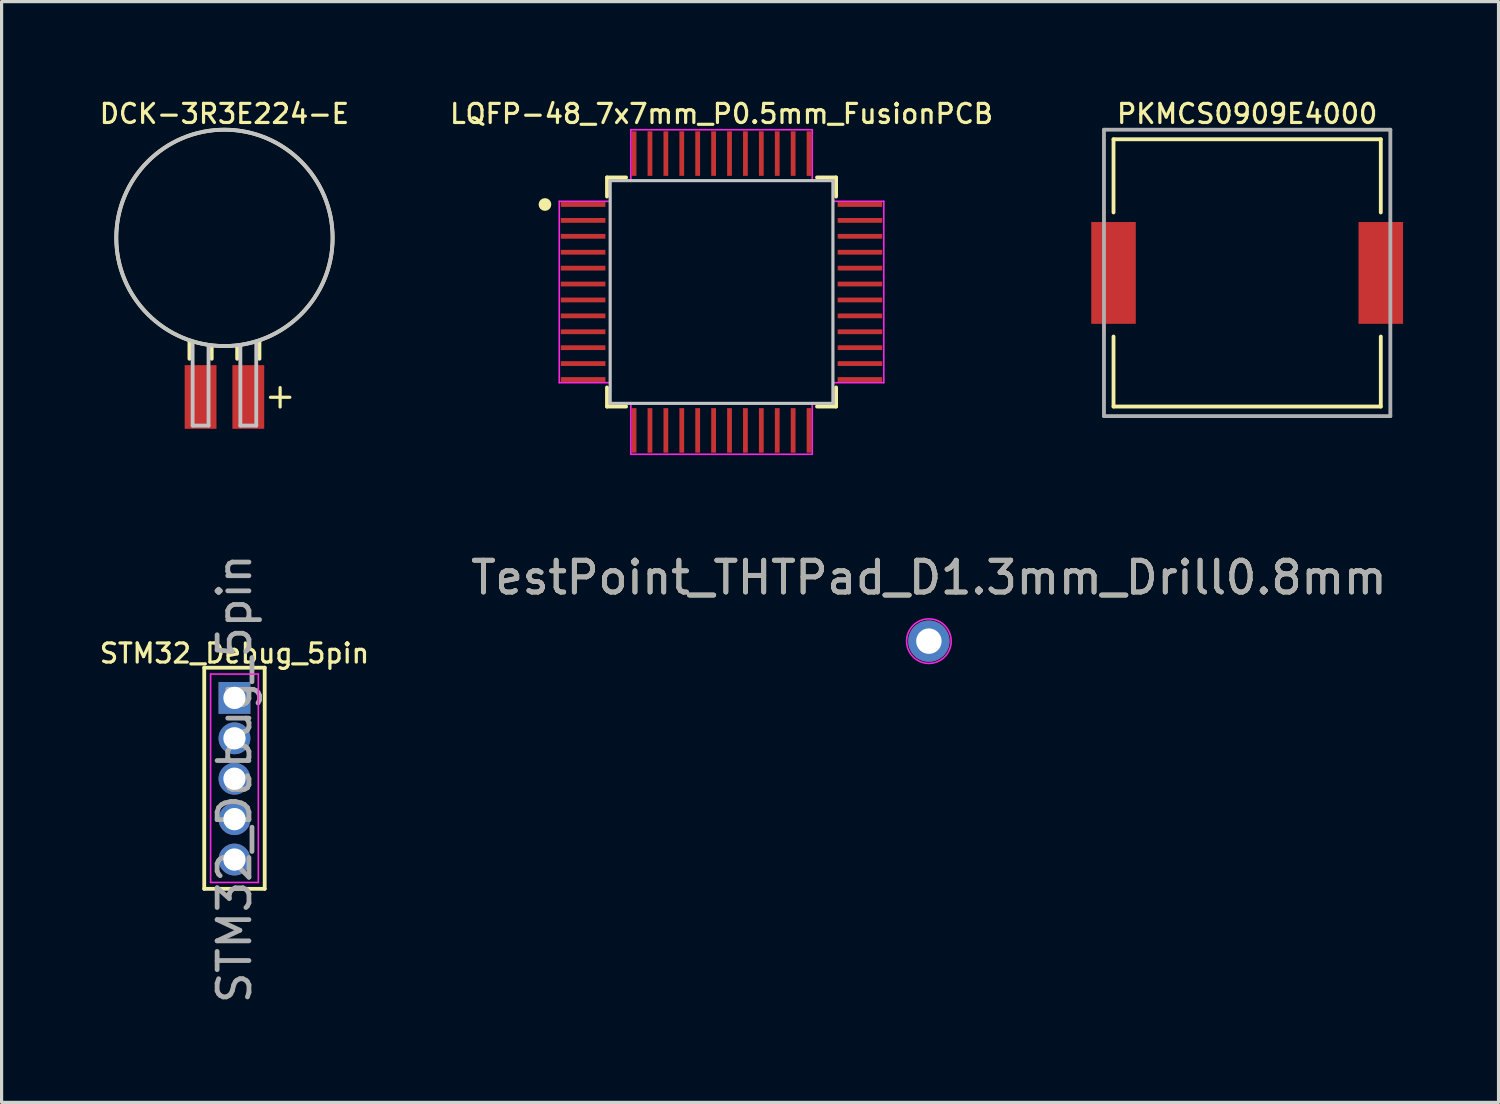
<source format=kicad_pcb>
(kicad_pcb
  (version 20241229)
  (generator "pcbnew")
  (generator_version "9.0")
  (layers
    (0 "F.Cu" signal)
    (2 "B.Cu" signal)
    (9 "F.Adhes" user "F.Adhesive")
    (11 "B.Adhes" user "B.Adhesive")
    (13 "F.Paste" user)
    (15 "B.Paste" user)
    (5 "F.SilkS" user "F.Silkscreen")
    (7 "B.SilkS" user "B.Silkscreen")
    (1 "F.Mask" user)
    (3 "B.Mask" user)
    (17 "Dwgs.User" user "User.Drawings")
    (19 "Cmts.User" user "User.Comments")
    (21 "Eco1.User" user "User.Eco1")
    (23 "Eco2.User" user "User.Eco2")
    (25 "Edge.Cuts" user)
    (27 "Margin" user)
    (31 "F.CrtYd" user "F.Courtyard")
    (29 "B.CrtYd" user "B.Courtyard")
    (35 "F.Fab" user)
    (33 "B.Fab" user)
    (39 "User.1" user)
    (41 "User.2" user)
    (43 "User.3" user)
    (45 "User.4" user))
  (footprint "LQFP-48_7x7mm_P0.5mm_FusionPCB"
    (layer "F.Cu")
    (at 19.627 6.127)
    (property "Reference" "LQFP-48_7x7mm_P0.5mm_FusionPCB" (at 0 -5.6 0) (layer "F.SilkS") (effects (font (size 0.6 0.6) (thickness 0.1))))
    (attr through_hole)
    (fp_line (start -3.6 -3.6) (end -3 -3.6) (stroke (width 0.12) (type solid)) (layer "F.SilkS"))
    (fp_line (start -3.6 -3) (end -3.6 -3.6) (stroke (width 0.12) (type solid)) (layer "F.SilkS"))
    (fp_line (start -3.6 3.6) (end -3.6 3) (stroke (width 0.12) (type solid)) (layer "F.SilkS"))
    (fp_line (start -3 3.6) (end -3.6 3.6) (stroke (width 0.12) (type solid)) (layer "F.SilkS"))
    (fp_line (start 3 -3.6) (end 3.6 -3.6) (stroke (width 0.12) (type solid)) (layer "F.SilkS"))
    (fp_line (start 3.6 -3.6) (end 3.6 -3) (stroke (width 0.12) (type solid)) (layer "F.SilkS"))
    (fp_line (start 3.6 3) (end 3.6 3.6) (stroke (width 0.12) (type solid)) (layer "F.SilkS"))
    (fp_line (start 3.6 3.6) (end 3 3.6) (stroke (width 0.12) (type solid)) (layer "F.SilkS"))
    (fp_circle (center -5.55 -2.75) (end -5.45 -2.75) (stroke (width 0.2) (type solid)) (fill no) (layer "F.SilkS"))
    (fp_line (start -3.5 -3.5) (end 3.5 -3.5) (stroke (width 0.1) (type solid)) (layer "Dwgs.User"))
    (fp_line (start -3.5 3.5) (end -3.5 -3.5) (stroke (width 0.1) (type solid)) (layer "Dwgs.User"))
    (fp_line (start 3.5 -3.5) (end 3.5 3.5) (stroke (width 0.1) (type solid)) (layer "Dwgs.User"))
    (fp_line (start 3.5 3.5) (end -3.5 3.5) (stroke (width 0.1) (type solid)) (layer "Dwgs.User"))
    (fp_line (start -5.1 -2.85) (end -3.5 -2.85) (stroke (width 0.05) (type solid)) (layer "F.CrtYd"))
    (fp_line (start -5.1 2.85) (end -5.1 -2.85) (stroke (width 0.05) (type solid)) (layer "F.CrtYd"))
    (fp_line (start -3.5 -3.5) (end -2.85 -3.5) (stroke (width 0.05) (type solid)) (layer "F.CrtYd"))
    (fp_line (start -3.5 -2.85) (end -3.5 -3.5) (stroke (width 0.05) (type solid)) (layer "F.CrtYd"))
    (fp_line (start -3.5 2.85) (end -5.1 2.85) (stroke (width 0.05) (type solid)) (layer "F.CrtYd"))
    (fp_line (start -3.5 3.5) (end -3.5 2.85) (stroke (width 0.05) (type solid)) (layer "F.CrtYd"))
    (fp_line (start -2.85 -5.1) (end 2.85 -5.1) (stroke (width 0.05) (type solid)) (layer "F.CrtYd"))
    (fp_line (start -2.85 -3.5) (end -2.85 -5.1) (stroke (width 0.05) (type solid)) (layer "F.CrtYd"))
    (fp_line (start -2.85 3.5) (end -3.5 3.5) (stroke (width 0.05) (type solid)) (layer "F.CrtYd"))
    (fp_line (start -2.85 5.1) (end -2.85 3.5) (stroke (width 0.05) (type solid)) (layer "F.CrtYd"))
    (fp_line (start 2.85 -5.1) (end 2.85 -3.5) (stroke (width 0.05) (type solid)) (layer "F.CrtYd"))
    (fp_line (start 2.85 -3.5) (end 3.5 -3.5) (stroke (width 0.05) (type solid)) (layer "F.CrtYd"))
    (fp_line (start 2.85 3.5) (end 2.85 5.1) (stroke (width 0.05) (type solid)) (layer "F.CrtYd"))
    (fp_line (start 2.85 5.1) (end -2.85 5.1) (stroke (width 0.05) (type solid)) (layer "F.CrtYd"))
    (fp_line (start 3.5 -3.5) (end 3.5 -2.85) (stroke (width 0.05) (type solid)) (layer "F.CrtYd"))
    (fp_line (start 3.5 -2.85) (end 5.1 -2.85) (stroke (width 0.05) (type solid)) (layer "F.CrtYd"))
    (fp_line (start 3.5 2.85) (end 3.5 3.5) (stroke (width 0.05) (type solid)) (layer "F.CrtYd"))
    (fp_line (start 3.5 3.5) (end 2.85 3.5) (stroke (width 0.05) (type solid)) (layer "F.CrtYd"))
    (fp_line (start 5.1 -2.85) (end 5.1 2.85) (stroke (width 0.05) (type solid)) (layer "F.CrtYd"))
    (fp_line (start 5.1 2.85) (end 3.5 2.85) (stroke (width 0.05) (type solid)) (layer "F.CrtYd"))
    (pad "1" smd rect (at -4.35 -2.75) (size 1.4 0.15) (layers "F.Cu" "F.Mask" "F.Paste"))
    (pad "2" smd rect (at -4.35 -2.25) (size 1.4 0.15) (layers "F.Cu" "F.Mask" "F.Paste"))
    (pad "3" smd rect (at -4.35 -1.75) (size 1.4 0.15) (layers "F.Cu" "F.Mask" "F.Paste"))
    (pad "4" smd rect (at -4.35 -1.25) (size 1.4 0.15) (layers "F.Cu" "F.Mask" "F.Paste"))
    (pad "5" smd rect (at -4.35 -0.75) (size 1.4 0.15) (layers "F.Cu" "F.Mask" "F.Paste"))
    (pad "6" smd rect (at -4.35 -0.25) (size 1.4 0.15) (layers "F.Cu" "F.Mask" "F.Paste"))
    (pad "7" smd rect (at -4.35 0.25) (size 1.4 0.15) (layers "F.Cu" "F.Mask" "F.Paste"))
    (pad "8" smd rect (at -4.35 0.75) (size 1.4 0.15) (layers "F.Cu" "F.Mask" "F.Paste"))
    (pad "9" smd rect (at -4.35 1.25) (size 1.4 0.15) (layers "F.Cu" "F.Mask" "F.Paste"))
    (pad "10" smd rect (at -4.35 1.75) (size 1.4 0.15) (layers "F.Cu" "F.Mask" "F.Paste"))
    (pad "11" smd rect (at -4.35 2.25) (size 1.4 0.15) (layers "F.Cu" "F.Mask" "F.Paste"))
    (pad "12" smd rect (at -4.35 2.75) (size 1.4 0.15) (layers "F.Cu" "F.Mask" "F.Paste"))
    (pad "13" smd rect (at -2.75 4.35) (size 0.15 1.4) (layers "F.Cu" "F.Mask" "F.Paste"))
    (pad "14" smd rect (at -2.25 4.35) (size 0.15 1.4) (layers "F.Cu" "F.Mask" "F.Paste"))
    (pad "15" smd rect (at -1.75 4.35) (size 0.15 1.4) (layers "F.Cu" "F.Mask" "F.Paste"))
    (pad "16" smd rect (at -1.25 4.35) (size 0.15 1.4) (layers "F.Cu" "F.Mask" "F.Paste"))
    (pad "17" smd rect (at -0.75 4.35) (size 0.15 1.4) (layers "F.Cu" "F.Mask" "F.Paste"))
    (pad "18" smd rect (at -0.25 4.35) (size 0.15 1.4) (layers "F.Cu" "F.Mask" "F.Paste"))
    (pad "19" smd rect (at 0.25 4.35) (size 0.15 1.4) (layers "F.Cu" "F.Mask" "F.Paste"))
    (pad "20" smd rect (at 0.75 4.35) (size 0.15 1.4) (layers "F.Cu" "F.Mask" "F.Paste"))
    (pad "21" smd rect (at 1.25 4.35) (size 0.15 1.4) (layers "F.Cu" "F.Mask" "F.Paste"))
    (pad "22" smd rect (at 1.75 4.35) (size 0.15 1.4) (layers "F.Cu" "F.Mask" "F.Paste"))
    (pad "23" smd rect (at 2.25 4.35) (size 0.15 1.4) (layers "F.Cu" "F.Mask" "F.Paste"))
    (pad "24" smd rect (at 2.75 4.35) (size 0.15 1.4) (layers "F.Cu" "F.Mask" "F.Paste"))
    (pad "25" smd rect (at 4.35 2.75) (size 1.4 0.15) (layers "F.Cu" "F.Mask" "F.Paste"))
    (pad "26" smd rect (at 4.35 2.25) (size 1.4 0.15) (layers "F.Cu" "F.Mask" "F.Paste"))
    (pad "27" smd rect (at 4.35 1.75) (size 1.4 0.15) (layers "F.Cu" "F.Mask" "F.Paste"))
    (pad "28" smd rect (at 4.35 1.25) (size 1.4 0.15) (layers "F.Cu" "F.Mask" "F.Paste"))
    (pad "29" smd rect (at 4.35 0.75) (size 1.4 0.15) (layers "F.Cu" "F.Mask" "F.Paste"))
    (pad "30" smd rect (at 4.35 0.25) (size 1.4 0.15) (layers "F.Cu" "F.Mask" "F.Paste"))
    (pad "31" smd rect (at 4.35 -0.25) (size 1.4 0.15) (layers "F.Cu" "F.Mask" "F.Paste"))
    (pad "32" smd rect (at 4.35 -0.75) (size 1.4 0.15) (layers "F.Cu" "F.Mask" "F.Paste"))
    (pad "33" smd rect (at 4.35 -1.25) (size 1.4 0.15) (layers "F.Cu" "F.Mask" "F.Paste"))
    (pad "34" smd rect (at 4.35 -1.75) (size 1.4 0.15) (layers "F.Cu" "F.Mask" "F.Paste"))
    (pad "35" smd rect (at 4.35 -2.25) (size 1.4 0.15) (layers "F.Cu" "F.Mask" "F.Paste"))
    (pad "36" smd rect (at 4.35 -2.75) (size 1.4 0.15) (layers "F.Cu" "F.Mask" "F.Paste"))
    (pad "37" smd rect (at 2.75 -4.35) (size 0.15 1.4) (layers "F.Cu" "F.Mask" "F.Paste"))
    (pad "38" smd rect (at 2.25 -4.35) (size 0.15 1.4) (layers "F.Cu" "F.Mask" "F.Paste"))
    (pad "39" smd rect (at 1.75 -4.35) (size 0.15 1.4) (layers "F.Cu" "F.Mask" "F.Paste"))
    (pad "40" smd rect (at 1.25 -4.35) (size 0.15 1.4) (layers "F.Cu" "F.Mask" "F.Paste"))
    (pad "41" smd rect (at 0.75 -4.35) (size 0.15 1.4) (layers "F.Cu" "F.Mask" "F.Paste"))
    (pad "42" smd rect (at 0.25 -4.35) (size 0.15 1.4) (layers "F.Cu" "F.Mask" "F.Paste"))
    (pad "43" smd rect (at -0.25 -4.35) (size 0.15 1.4) (layers "F.Cu" "F.Mask" "F.Paste"))
    (pad "44" smd rect (at -0.75 -4.35) (size 0.15 1.4) (layers "F.Cu" "F.Mask" "F.Paste"))
    (pad "45" smd rect (at -1.25 -4.35) (size 0.15 1.4) (layers "F.Cu" "F.Mask" "F.Paste"))
    (pad "46" smd rect (at -1.75 -4.35) (size 0.15 1.4) (layers "F.Cu" "F.Mask" "F.Paste"))
    (pad "47" smd rect (at -2.25 -4.35) (size 0.15 1.4) (layers "F.Cu" "F.Mask" "F.Paste"))
    (pad "48" smd rect (at -2.75 -4.35) (size 0.15 1.4) (layers "F.Cu" "F.Mask" "F.Paste")))
  (footprint "PKMCS0909E4000"
    (layer "F.Cu")
    (at 36.146 5.527)
    (property "Reference" "PKMCS0909E4000" (at 0 -5 0) (layer "F.SilkS") (effects (font (size 0.6 0.6) (thickness 0.1))))
    (attr through_hole)
    (fp_line (start -4.2 -4.2) (end 4.2 -4.2) (stroke (width 0.12) (type solid)) (layer "F.SilkS"))
    (fp_line (start -4.2 -1.9) (end -4.2 -4.2) (stroke (width 0.12) (type solid)) (layer "F.SilkS"))
    (fp_line (start -4.2 4.2) (end -4.2 2) (stroke (width 0.12) (type solid)) (layer "F.SilkS"))
    (fp_line (start 4.2 -4.2) (end 4.2 -1.9) (stroke (width 0.12) (type solid)) (layer "F.SilkS"))
    (fp_line (start 4.2 2) (end 4.2 4.2) (stroke (width 0.12) (type solid)) (layer "F.SilkS"))
    (fp_line (start 4.2 4.2) (end -4.2 4.2) (stroke (width 0.12) (type solid)) (layer "F.SilkS"))
    (fp_line (start -4.5 -4.5) (end 4.5 -4.5) (stroke (width 0.12) (type solid)) (layer "F.Fab"))
    (fp_line (start -4.5 4.5) (end -4.5 -4.5) (stroke (width 0.12) (type solid)) (layer "F.Fab"))
    (fp_line (start 4.5 -4.5) (end 4.5 4.5) (stroke (width 0.12) (type solid)) (layer "F.Fab"))
    (fp_line (start 4.5 4.5) (end -4.5 4.5) (stroke (width 0.12) (type solid)) (layer "F.Fab"))
    (pad "1" smd rect (at -4.2 0) (size 1.4 3.2) (layers "F.Cu" "F.Mask" "F.Paste"))
    (pad "2" smd rect (at 4.2 0) (size 1.4 3.2) (layers "F.Cu" "F.Mask" "F.Paste")))
  (footprint "TestPoint_THTPad_D1.3mm_Drill0.8mm"
    (layer "F.Cu")
    (at 26.143 17.1)
    (property "Reference" "TestPoint_THTPad_D1.3mm_Drill0.8mm" (at 0 -1.998 0) (layer "F.SilkS") (effects (font (size 1 1) (thickness 0.15))))
    (attr exclude_from_pos_files exclude_from_bom)
    (fp_circle (center 0 0) (end 0.7 0) (stroke (width 0.05) (type solid)) (fill no) (layer "F.CrtYd"))
    (fp_text user "${REFERENCE}" (at 0 -2 0) (layer "F.Fab") (effects (font (size 1 1) (thickness 0.15))))
    (pad "1" thru_hole circle (at 0 0) (size 1.3 1.3) (drill 0.8) (layers "*.Cu" "*.Mask")))
  (footprint "DCK-3R3E224-E"
    (layer "F.Cu")
    (at 4.004 4.426)
    (property "Reference" "DCK-3R3E224-E" (at 0 -3.9 0) (layer "F.SilkS") (effects (font (size 0.6 0.6) (thickness 0.1))))
    (attr through_hole)
    (fp_line (start -1.1 3.8) (end -1.1 3.25) (stroke (width 0.12) (type solid)) (layer "F.SilkS"))
    (fp_line (start -0.4 3.8) (end -0.4 3.4) (stroke (width 0.12) (type solid)) (layer "F.SilkS"))
    (fp_line (start 0.4 3.8) (end 0.4 3.4) (stroke (width 0.12) (type solid)) (layer "F.SilkS"))
    (fp_line (start 1.1 3.8) (end 1.1 3.25) (stroke (width 0.12) (type solid)) (layer "F.SilkS"))
    (fp_circle (center 0 0) (end 0 3.4) (stroke (width 0.12) (type solid)) (fill no) (layer "F.SilkS"))
    (fp_line (start -1 5.9) (end -1 3.3) (stroke (width 0.12) (type solid)) (layer "Dwgs.User"))
    (fp_line (start -1 5.9) (end -0.5 5.9) (stroke (width 0.12) (type solid)) (layer "Dwgs.User"))
    (fp_line (start -0.5 5.9) (end -0.5 3.4) (stroke (width 0.12) (type solid)) (layer "Dwgs.User"))
    (fp_line (start 0.5 5.9) (end 0.5 3.4) (stroke (width 0.12) (type solid)) (layer "Dwgs.User"))
    (fp_line (start 1 5.9) (end 0.5 5.9) (stroke (width 0.12) (type solid)) (layer "Dwgs.User"))
    (fp_line (start 1 5.9) (end 1 3.3) (stroke (width 0.12) (type solid)) (layer "Dwgs.User"))
    (fp_circle (center 0 0) (end 0 3.4) (stroke (width 0.12) (type solid)) (fill no) (layer "Dwgs.User"))
    (fp_text user "+" (at 1.75 4.95 0) (layer "F.SilkS") (effects (font (size 0.8 0.8) (thickness 0.1))))
    (pad "1" smd rect (at 0.75 5 180) (size 1 2) (layers "F.Cu" "F.Mask" "F.Paste"))
    (pad "2" smd rect (at -0.75 5 180) (size 1 2) (layers "F.Cu" "F.Mask" "F.Paste")))
  (footprint "STM32_Debug_5pin"
    (layer "F.Cu")
    (at 4.319 18.884)
    (property "Reference" "STM32_Debug_5pin" (at 0 -1.4 0) (layer "F.SilkS") (effects (font (size 0.6 0.6) (thickness 0.1))))
    (attr through_hole)
    (fp_line (start -0.95 -0.95) (end -0.95 6) (stroke (width 0.12) (type solid)) (layer "F.SilkS"))
    (fp_line (start -0.95 -0.95) (end 0.95 -0.95) (stroke (width 0.12) (type solid)) (layer "F.SilkS"))
    (fp_line (start -0.95 6) (end 0.95 6) (stroke (width 0.12) (type solid)) (layer "F.SilkS"))
    (fp_line (start 0.95 -0.95) (end 0.95 6) (stroke (width 0.12) (type solid)) (layer "F.SilkS"))
    (fp_line (start -0.75 -0.75) (end -0.75 5.8) (stroke (width 0.05) (type solid)) (layer "F.CrtYd"))
    (fp_line (start -0.75 5.8) (end 0.75 5.8) (stroke (width 0.05) (type solid)) (layer "F.CrtYd"))
    (fp_line (start 0.75 -0.75) (end -0.75 -0.75) (stroke (width 0.05) (type solid)) (layer "F.CrtYd"))
    (fp_line (start 0.75 5.8) (end 0.75 -0.75) (stroke (width 0.05) (type solid)) (layer "F.CrtYd"))
    (fp_text user "${REFERENCE}" (at 0 2.54 90) (layer "F.Fab") (effects (font (size 1 1) (thickness 0.15))))
    (pad "1" thru_hole rect (at 0 0) (size 1 1) (drill 0.7) (layers "*.Cu" "*.Mask"))
    (pad "2" thru_hole oval (at 0 1.27) (size 1 1) (drill 0.7) (layers "*.Cu" "*.Mask"))
    (pad "3" thru_hole oval (at 0 2.54) (size 1 1) (drill 0.7) (layers "*.Cu" "*.Mask"))
    (pad "4" thru_hole oval (at 0 3.81) (size 1 1) (drill 0.7) (layers "*.Cu" "*.Mask"))
    (pad "5" thru_hole oval (at 0 5.08) (size 1 1) (drill 0.7) (layers "*.Cu" "*.Mask")))
  (gr_rect
    (start -3 -3)
    (end 44.046 31.597)
    (stroke (width 0.1) (type default))
    (fill no)
    (layer "Edge.Cuts")))
</source>
